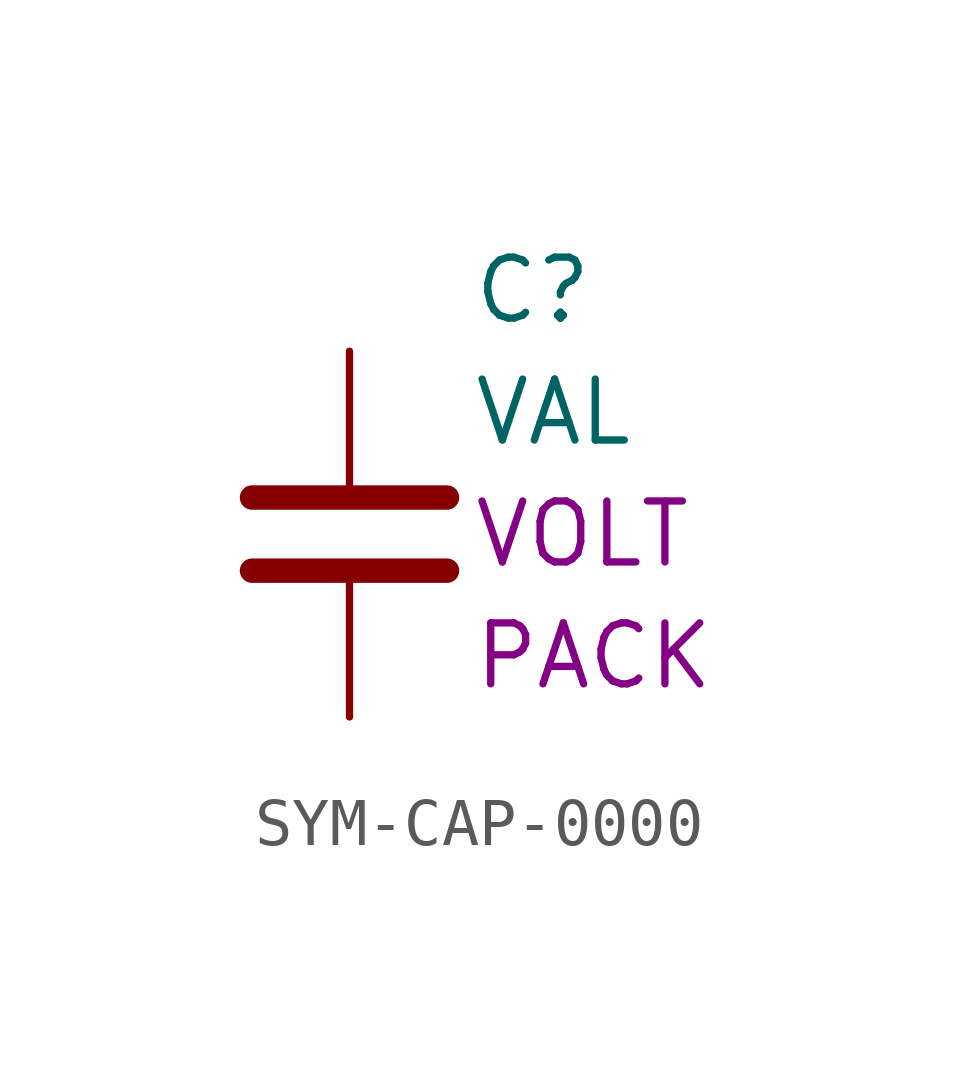
<source format=kicad_sym>
(kicad_symbol_lib
  (version 20241209)
  (generator "kicad_symbol_editor")
  (generator_version "9.0")
  (symbol "SYM-CAP-0000"
    (pin_numbers
      (hide yes))
    (pin_names
      (offset 0.254)
      (hide yes))
    (property "Reference" "C"
      (at 2.54 5.08 0)
      (effects (font (size 1.27 1.27)) (justify left)))
    (property "Value" "VAL"
      (at 2.54 2.54 0)
      (effects (font (size 1.27 1.27)) (justify left)))
    (property "Voltage Rating" "VOLT"
      (at 2.54 0 0)
      (effects (font (size 1.27 1.27)) (justify left)))
    (property "Package" "PACK"
      (at 2.54 -2.54 0)
      (effects (font (size 1.27 1.27)) (justify left)))
    (symbol "SYM-CAP-0000_0_1"
      (polyline (pts (xy -2.032 0.762) (xy 2.032 0.762)) (stroke (width 0.508) (type default)) (fill (type none)))
      (polyline (pts (xy -2.032 -0.762) (xy 2.032 -0.762)) (stroke (width 0.508) (type default)) (fill (type none))))
    (symbol "SYM-CAP-0000_1_1"
      (pin passive line (at 0 3.81 270) (length 2.794) (name "~" (effects (font (size 1.27 1.27)))) (number "1" (effects (font (size 1.27 1.27)))))
      (pin passive line (at 0 -3.81 90) (length 2.794) (name "~" (effects (font (size 1.27 1.27)))) (number "2" (effects (font (size 1.27 1.27))))))))
</source>
